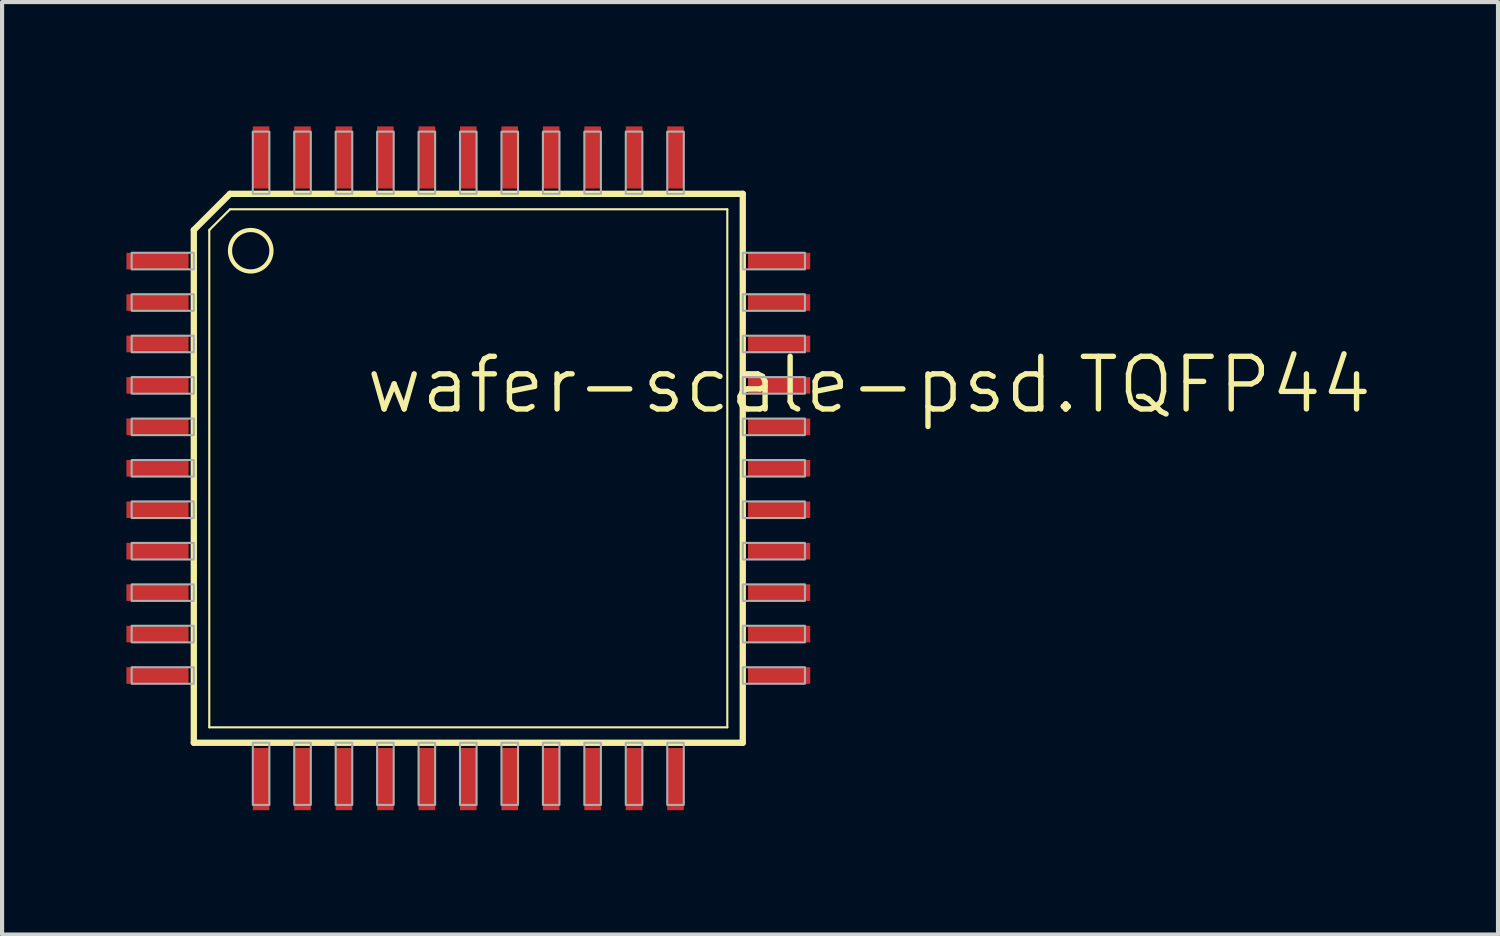
<source format=kicad_pcb>
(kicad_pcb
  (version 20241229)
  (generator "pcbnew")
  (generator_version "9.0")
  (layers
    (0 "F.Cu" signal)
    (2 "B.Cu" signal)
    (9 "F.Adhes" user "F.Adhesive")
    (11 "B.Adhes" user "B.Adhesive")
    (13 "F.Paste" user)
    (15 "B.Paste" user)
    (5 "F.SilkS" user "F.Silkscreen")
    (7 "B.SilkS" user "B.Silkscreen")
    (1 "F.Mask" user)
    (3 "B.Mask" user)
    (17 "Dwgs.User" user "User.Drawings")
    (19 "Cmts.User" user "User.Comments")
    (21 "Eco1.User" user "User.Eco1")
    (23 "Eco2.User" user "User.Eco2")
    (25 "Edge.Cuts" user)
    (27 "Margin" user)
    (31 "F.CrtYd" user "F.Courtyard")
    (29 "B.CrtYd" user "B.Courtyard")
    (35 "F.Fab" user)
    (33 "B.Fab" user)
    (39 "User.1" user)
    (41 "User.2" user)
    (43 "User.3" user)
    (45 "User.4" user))
  (footprint "wafer-scale-psd.TQFP44"
    (layer "F.Cu")
    (at 8.25 8.25)
    (property "Reference" "wafer-scale-psd.TQFP44" (at -2.54 -1.27 0) (layer "F.SilkS") (effects (font (size 1.27 1.27) (thickness 0.13)) (justify left bottom)))
    (attr smd)
    (fp_line (start -6.623 -5.75) (end -6.623 6.623) (stroke (width 0.152) (type default)) (layer "F.SilkS"))
    (fp_line (start -6.623 6.623) (end 6.623 6.623) (stroke (width 0.152) (type default)) (layer "F.SilkS"))
    (fp_line (start -6.25 -5.75) (end -6.25 6.25) (stroke (width 0.051) (type default)) (layer "F.SilkS"))
    (fp_line (start -6.25 6.25) (end 6.25 6.25) (stroke (width 0.051) (type default)) (layer "F.SilkS"))
    (fp_line (start -5.75 -6.623) (end -6.623 -5.75) (stroke (width 0.152) (type default)) (layer "F.SilkS"))
    (fp_line (start -5.75 -6.25) (end -6.25 -5.75) (stroke (width 0.051) (type default)) (layer "F.SilkS"))
    (fp_line (start 6.25 -6.25) (end -5.75 -6.25) (stroke (width 0.051) (type default)) (layer "F.SilkS"))
    (fp_line (start 6.25 6.25) (end 6.25 -6.25) (stroke (width 0.051) (type default)) (layer "F.SilkS"))
    (fp_line (start 6.623 -6.623) (end -5.75 -6.623) (stroke (width 0.152) (type default)) (layer "F.SilkS"))
    (fp_line (start 6.623 6.623) (end 6.623 -6.623) (stroke (width 0.152) (type default)) (layer "F.SilkS"))
    (fp_circle (center -5.25 -5.25) (end -4.75 -5.25) (stroke (width 0.102) (type default)) (fill no) (layer "F.SilkS"))
    (fp_rect (start -8.123 -4.8) (end -6.623 -5.2) (stroke (width 0.05) (type default)) (fill no) (layer "F.Fab"))
    (fp_rect (start -8.123 -3.8) (end -6.623 -4.2) (stroke (width 0.05) (type default)) (fill no) (layer "F.Fab"))
    (fp_rect (start -8.123 -2.8) (end -6.623 -3.2) (stroke (width 0.05) (type default)) (fill no) (layer "F.Fab"))
    (fp_rect (start -8.123 -1.8) (end -6.623 -2.2) (stroke (width 0.05) (type default)) (fill no) (layer "F.Fab"))
    (fp_rect (start -8.123 -0.8) (end -6.623 -1.2) (stroke (width 0.05) (type default)) (fill no) (layer "F.Fab"))
    (fp_rect (start -8.123 0.2) (end -6.623 -0.2) (stroke (width 0.05) (type default)) (fill no) (layer "F.Fab"))
    (fp_rect (start -8.123 1.2) (end -6.623 0.8) (stroke (width 0.05) (type default)) (fill no) (layer "F.Fab"))
    (fp_rect (start -8.123 2.2) (end -6.623 1.8) (stroke (width 0.05) (type default)) (fill no) (layer "F.Fab"))
    (fp_rect (start -8.123 3.2) (end -6.623 2.8) (stroke (width 0.05) (type default)) (fill no) (layer "F.Fab"))
    (fp_rect (start -8.123 4.2) (end -6.623 3.8) (stroke (width 0.05) (type default)) (fill no) (layer "F.Fab"))
    (fp_rect (start -8.123 5.2) (end -6.623 4.8) (stroke (width 0.05) (type default)) (fill no) (layer "F.Fab"))
    (fp_rect (start -5.2 -6.623) (end -4.8 -8.123) (stroke (width 0.05) (type default)) (fill no) (layer "F.Fab"))
    (fp_rect (start -5.2 8.123) (end -4.8 6.623) (stroke (width 0.05) (type default)) (fill no) (layer "F.Fab"))
    (fp_rect (start -4.2 -6.623) (end -3.8 -8.123) (stroke (width 0.05) (type default)) (fill no) (layer "F.Fab"))
    (fp_rect (start -4.2 8.123) (end -3.8 6.623) (stroke (width 0.05) (type default)) (fill no) (layer "F.Fab"))
    (fp_rect (start -3.2 -6.623) (end -2.8 -8.123) (stroke (width 0.05) (type default)) (fill no) (layer "F.Fab"))
    (fp_rect (start -3.2 8.123) (end -2.8 6.623) (stroke (width 0.05) (type default)) (fill no) (layer "F.Fab"))
    (fp_rect (start -2.2 -6.623) (end -1.8 -8.123) (stroke (width 0.05) (type default)) (fill no) (layer "F.Fab"))
    (fp_rect (start -2.2 8.123) (end -1.8 6.623) (stroke (width 0.05) (type default)) (fill no) (layer "F.Fab"))
    (fp_rect (start -1.2 -6.623) (end -0.8 -8.123) (stroke (width 0.05) (type default)) (fill no) (layer "F.Fab"))
    (fp_rect (start -1.2 8.123) (end -0.8 6.623) (stroke (width 0.05) (type default)) (fill no) (layer "F.Fab"))
    (fp_rect (start -0.2 -6.623) (end 0.2 -8.123) (stroke (width 0.05) (type default)) (fill no) (layer "F.Fab"))
    (fp_rect (start -0.2 8.123) (end 0.2 6.623) (stroke (width 0.05) (type default)) (fill no) (layer "F.Fab"))
    (fp_rect (start 0.8 -6.623) (end 1.2 -8.123) (stroke (width 0.05) (type default)) (fill no) (layer "F.Fab"))
    (fp_rect (start 0.8 8.123) (end 1.2 6.623) (stroke (width 0.05) (type default)) (fill no) (layer "F.Fab"))
    (fp_rect (start 1.8 -6.623) (end 2.2 -8.123) (stroke (width 0.05) (type default)) (fill no) (layer "F.Fab"))
    (fp_rect (start 1.8 8.123) (end 2.2 6.623) (stroke (width 0.05) (type default)) (fill no) (layer "F.Fab"))
    (fp_rect (start 2.8 -6.623) (end 3.2 -8.123) (stroke (width 0.05) (type default)) (fill no) (layer "F.Fab"))
    (fp_rect (start 2.8 8.123) (end 3.2 6.623) (stroke (width 0.05) (type default)) (fill no) (layer "F.Fab"))
    (fp_rect (start 3.8 -6.623) (end 4.2 -8.123) (stroke (width 0.05) (type default)) (fill no) (layer "F.Fab"))
    (fp_rect (start 3.8 8.123) (end 4.2 6.623) (stroke (width 0.05) (type default)) (fill no) (layer "F.Fab"))
    (fp_rect (start 4.8 -6.623) (end 5.2 -8.123) (stroke (width 0.05) (type default)) (fill no) (layer "F.Fab"))
    (fp_rect (start 4.8 8.123) (end 5.2 6.623) (stroke (width 0.05) (type default)) (fill no) (layer "F.Fab"))
    (fp_rect (start 6.623 -4.8) (end 8.123 -5.2) (stroke (width 0.05) (type default)) (fill no) (layer "F.Fab"))
    (fp_rect (start 6.623 -3.8) (end 8.123 -4.2) (stroke (width 0.05) (type default)) (fill no) (layer "F.Fab"))
    (fp_rect (start 6.623 -2.8) (end 8.123 -3.2) (stroke (width 0.05) (type default)) (fill no) (layer "F.Fab"))
    (fp_rect (start 6.623 -1.8) (end 8.123 -2.2) (stroke (width 0.05) (type default)) (fill no) (layer "F.Fab"))
    (fp_rect (start 6.623 -0.8) (end 8.123 -1.2) (stroke (width 0.05) (type default)) (fill no) (layer "F.Fab"))
    (fp_rect (start 6.623 0.2) (end 8.123 -0.2) (stroke (width 0.05) (type default)) (fill no) (layer "F.Fab"))
    (fp_rect (start 6.623 1.2) (end 8.123 0.8) (stroke (width 0.05) (type default)) (fill no) (layer "F.Fab"))
    (fp_rect (start 6.623 2.2) (end 8.123 1.8) (stroke (width 0.05) (type default)) (fill no) (layer "F.Fab"))
    (fp_rect (start 6.623 3.2) (end 8.123 2.8) (stroke (width 0.05) (type default)) (fill no) (layer "F.Fab"))
    (fp_rect (start 6.623 4.2) (end 8.123 3.8) (stroke (width 0.05) (type default)) (fill no) (layer "F.Fab"))
    (fp_rect (start 6.623 5.2) (end 8.123 4.8) (stroke (width 0.05) (type default)) (fill no) (layer "F.Fab"))
    (pad "1" smd roundrect (at -7.5 -5) (size 1.5 0.4) (layers "F.Cu" "F.Mask" "F.Paste") (roundrect_rratio 0.01))
    (pad "2" smd roundrect (at -7.5 -4) (size 1.5 0.4) (layers "F.Cu" "F.Mask" "F.Paste") (roundrect_rratio 0.01))
    (pad "3" smd roundrect (at -7.5 -3) (size 1.5 0.4) (layers "F.Cu" "F.Mask" "F.Paste") (roundrect_rratio 0.01))
    (pad "4" smd roundrect (at -7.5 -2) (size 1.5 0.4) (layers "F.Cu" "F.Mask" "F.Paste") (roundrect_rratio 0.01))
    (pad "5" smd roundrect (at -7.5 -1) (size 1.5 0.4) (layers "F.Cu" "F.Mask" "F.Paste") (roundrect_rratio 0.01))
    (pad "6" smd roundrect (at -7.5 0) (size 1.5 0.4) (layers "F.Cu" "F.Mask" "F.Paste") (roundrect_rratio 0.01))
    (pad "7" smd roundrect (at -7.5 1) (size 1.5 0.4) (layers "F.Cu" "F.Mask" "F.Paste") (roundrect_rratio 0.01))
    (pad "8" smd roundrect (at -7.5 2) (size 1.5 0.4) (layers "F.Cu" "F.Mask" "F.Paste") (roundrect_rratio 0.01))
    (pad "9" smd roundrect (at -7.5 3) (size 1.5 0.4) (layers "F.Cu" "F.Mask" "F.Paste") (roundrect_rratio 0.01))
    (pad "10" smd roundrect (at -7.5 4) (size 1.5 0.4) (layers "F.Cu" "F.Mask" "F.Paste") (roundrect_rratio 0.01))
    (pad "11" smd roundrect (at -7.5 5) (size 1.5 0.4) (layers "F.Cu" "F.Mask" "F.Paste") (roundrect_rratio 0.01))
    (pad "12" smd roundrect (at -5 7.5) (size 0.4 1.5) (layers "F.Cu" "F.Mask" "F.Paste") (roundrect_rratio 0.01))
    (pad "13" smd roundrect (at -4 7.5) (size 0.4 1.5) (layers "F.Cu" "F.Mask" "F.Paste") (roundrect_rratio 0.01))
    (pad "14" smd roundrect (at -3 7.5) (size 0.4 1.5) (layers "F.Cu" "F.Mask" "F.Paste") (roundrect_rratio 0.01))
    (pad "15" smd roundrect (at -2 7.5) (size 0.4 1.5) (layers "F.Cu" "F.Mask" "F.Paste") (roundrect_rratio 0.01))
    (pad "16" smd roundrect (at -1 7.5) (size 0.4 1.5) (layers "F.Cu" "F.Mask" "F.Paste") (roundrect_rratio 0.01))
    (pad "17" smd roundrect (at 0 7.5) (size 0.4 1.5) (layers "F.Cu" "F.Mask" "F.Paste") (roundrect_rratio 0.01))
    (pad "18" smd roundrect (at 1 7.5) (size 0.4 1.5) (layers "F.Cu" "F.Mask" "F.Paste") (roundrect_rratio 0.01))
    (pad "19" smd roundrect (at 2 7.5) (size 0.4 1.5) (layers "F.Cu" "F.Mask" "F.Paste") (roundrect_rratio 0.01))
    (pad "20" smd roundrect (at 3 7.5) (size 0.4 1.5) (layers "F.Cu" "F.Mask" "F.Paste") (roundrect_rratio 0.01))
    (pad "21" smd roundrect (at 4 7.5) (size 0.4 1.5) (layers "F.Cu" "F.Mask" "F.Paste") (roundrect_rratio 0.01))
    (pad "22" smd roundrect (at 5 7.5) (size 0.4 1.5) (layers "F.Cu" "F.Mask" "F.Paste") (roundrect_rratio 0.01))
    (pad "23" smd roundrect (at 7.5 5) (size 1.5 0.4) (layers "F.Cu" "F.Mask" "F.Paste") (roundrect_rratio 0.01))
    (pad "24" smd roundrect (at 7.5 4) (size 1.5 0.4) (layers "F.Cu" "F.Mask" "F.Paste") (roundrect_rratio 0.01))
    (pad "25" smd roundrect (at 7.5 3) (size 1.5 0.4) (layers "F.Cu" "F.Mask" "F.Paste") (roundrect_rratio 0.01))
    (pad "26" smd roundrect (at 7.5 2) (size 1.5 0.4) (layers "F.Cu" "F.Mask" "F.Paste") (roundrect_rratio 0.01))
    (pad "27" smd roundrect (at 7.5 1) (size 1.5 0.4) (layers "F.Cu" "F.Mask" "F.Paste") (roundrect_rratio 0.01))
    (pad "28" smd roundrect (at 7.5 0) (size 1.5 0.4) (layers "F.Cu" "F.Mask" "F.Paste") (roundrect_rratio 0.01))
    (pad "29" smd roundrect (at 7.5 -1) (size 1.5 0.4) (layers "F.Cu" "F.Mask" "F.Paste") (roundrect_rratio 0.01))
    (pad "30" smd roundrect (at 7.5 -2) (size 1.5 0.4) (layers "F.Cu" "F.Mask" "F.Paste") (roundrect_rratio 0.01))
    (pad "31" smd roundrect (at 7.5 -3) (size 1.5 0.4) (layers "F.Cu" "F.Mask" "F.Paste") (roundrect_rratio 0.01))
    (pad "32" smd roundrect (at 7.5 -4) (size 1.5 0.4) (layers "F.Cu" "F.Mask" "F.Paste") (roundrect_rratio 0.01))
    (pad "33" smd roundrect (at 7.5 -5) (size 1.5 0.4) (layers "F.Cu" "F.Mask" "F.Paste") (roundrect_rratio 0.01))
    (pad "34" smd roundrect (at 5 -7.5) (size 0.4 1.5) (layers "F.Cu" "F.Mask" "F.Paste") (roundrect_rratio 0.01))
    (pad "35" smd roundrect (at 4 -7.5) (size 0.4 1.5) (layers "F.Cu" "F.Mask" "F.Paste") (roundrect_rratio 0.01))
    (pad "36" smd roundrect (at 3 -7.5) (size 0.4 1.5) (layers "F.Cu" "F.Mask" "F.Paste") (roundrect_rratio 0.01))
    (pad "37" smd roundrect (at 2 -7.5) (size 0.4 1.5) (layers "F.Cu" "F.Mask" "F.Paste") (roundrect_rratio 0.01))
    (pad "38" smd roundrect (at 1 -7.5) (size 0.4 1.5) (layers "F.Cu" "F.Mask" "F.Paste") (roundrect_rratio 0.01))
    (pad "39" smd roundrect (at 0 -7.5) (size 0.4 1.5) (layers "F.Cu" "F.Mask" "F.Paste") (roundrect_rratio 0.01))
    (pad "40" smd roundrect (at -1 -7.5) (size 0.4 1.5) (layers "F.Cu" "F.Mask" "F.Paste") (roundrect_rratio 0.01))
    (pad "41" smd roundrect (at -2 -7.5) (size 0.4 1.5) (layers "F.Cu" "F.Mask" "F.Paste") (roundrect_rratio 0.01))
    (pad "42" smd roundrect (at -3 -7.5) (size 0.4 1.5) (layers "F.Cu" "F.Mask" "F.Paste") (roundrect_rratio 0.01))
    (pad "43" smd roundrect (at -4 -7.5) (size 0.4 1.5) (layers "F.Cu" "F.Mask" "F.Paste") (roundrect_rratio 0.01))
    (pad "44" smd roundrect (at -5 -7.5) (size 0.4 1.5) (layers "F.Cu" "F.Mask" "F.Paste") (roundrect_rratio 0.01)))
  (gr_rect
    (start -3 -3)
    (end 33.097 19.5)
    (stroke (width 0.1) (type default))
    (fill no)
    (layer "Edge.Cuts")))
</source>
